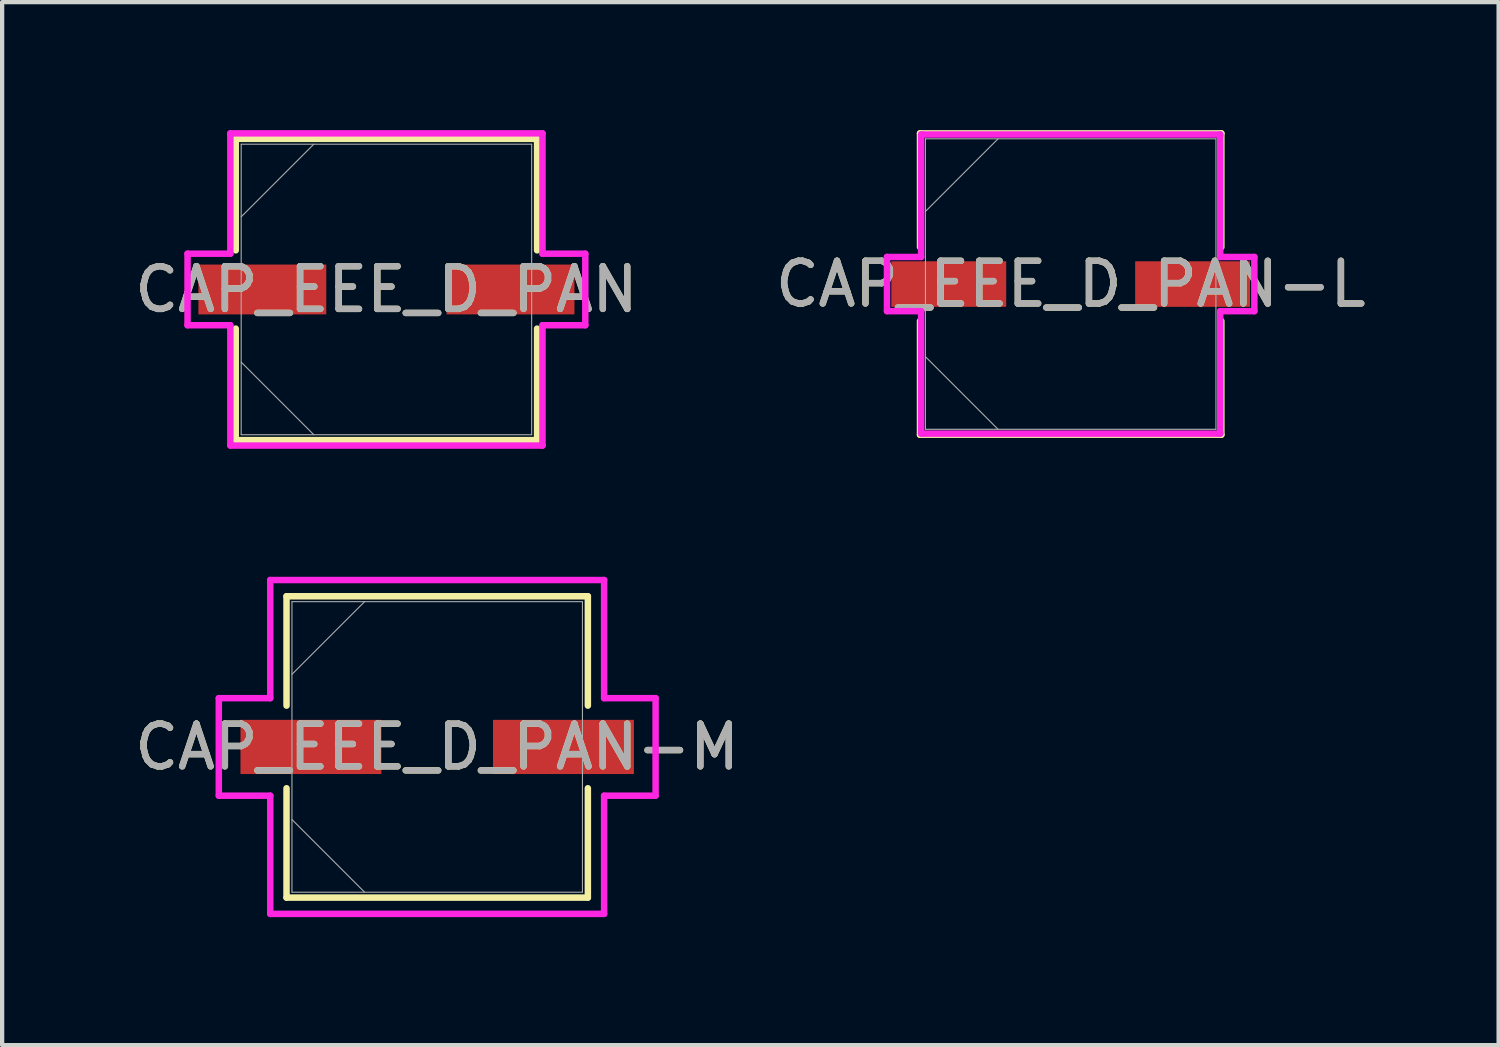
<source format=kicad_pcb>
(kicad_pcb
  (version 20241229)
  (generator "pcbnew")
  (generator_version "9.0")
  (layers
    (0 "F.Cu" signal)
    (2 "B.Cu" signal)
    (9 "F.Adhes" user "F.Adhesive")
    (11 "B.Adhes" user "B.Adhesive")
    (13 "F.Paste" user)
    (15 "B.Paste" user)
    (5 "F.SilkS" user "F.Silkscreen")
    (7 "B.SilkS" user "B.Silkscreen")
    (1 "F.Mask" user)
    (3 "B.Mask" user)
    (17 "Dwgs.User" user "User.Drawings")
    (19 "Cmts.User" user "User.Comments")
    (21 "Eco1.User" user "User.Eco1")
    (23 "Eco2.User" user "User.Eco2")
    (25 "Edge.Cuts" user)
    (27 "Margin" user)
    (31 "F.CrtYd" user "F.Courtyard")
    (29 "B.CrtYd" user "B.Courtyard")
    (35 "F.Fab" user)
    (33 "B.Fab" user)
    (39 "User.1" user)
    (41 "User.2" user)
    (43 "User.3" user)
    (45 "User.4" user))
  (footprint "CAP_EEE_D_PAN"
    (layer "F.Cu")
    (at 6.006 3.734)
    (property "Reference" "CAP_EEE_D_PAN" (at 0 0 0) (unlocked yes) (layer "F.SilkS") (effects (font (size 1 1) (thickness 0.15))))
    (attr smd)
    (fp_line (start -3.531 -3.531) (end -3.531 -0.917) (stroke (width 0.152) (type solid)) (layer "F.SilkS"))
    (fp_line (start -3.531 0.917) (end -3.531 3.531) (stroke (width 0.152) (type solid)) (layer "F.SilkS"))
    (fp_line (start -3.531 3.531) (end 3.531 3.531) (stroke (width 0.152) (type solid)) (layer "F.SilkS"))
    (fp_line (start 3.531 -3.531) (end -3.531 -3.531) (stroke (width 0.152) (type solid)) (layer "F.SilkS"))
    (fp_line (start 3.531 -0.917) (end 3.531 -3.531) (stroke (width 0.152) (type solid)) (layer "F.SilkS"))
    (fp_line (start 3.531 3.531) (end 3.531 0.917) (stroke (width 0.152) (type solid)) (layer "F.SilkS"))
    (fp_line (start -4.661 -0.838) (end -3.658 -0.838) (stroke (width 0.152) (type solid)) (layer "F.CrtYd"))
    (fp_line (start -4.661 0.838) (end -4.661 -0.838) (stroke (width 0.152) (type solid)) (layer "F.CrtYd"))
    (fp_line (start -3.658 -3.658) (end 3.658 -3.658) (stroke (width 0.152) (type solid)) (layer "F.CrtYd"))
    (fp_line (start -3.658 -0.838) (end -3.658 -3.658) (stroke (width 0.152) (type solid)) (layer "F.CrtYd"))
    (fp_line (start -3.658 0.838) (end -4.661 0.838) (stroke (width 0.152) (type solid)) (layer "F.CrtYd"))
    (fp_line (start -3.658 3.658) (end -3.658 0.838) (stroke (width 0.152) (type solid)) (layer "F.CrtYd"))
    (fp_line (start 3.658 -3.658) (end 3.658 -0.838) (stroke (width 0.152) (type solid)) (layer "F.CrtYd"))
    (fp_line (start 3.658 -0.838) (end 4.661 -0.838) (stroke (width 0.152) (type solid)) (layer "F.CrtYd"))
    (fp_line (start 3.658 0.838) (end 3.658 3.658) (stroke (width 0.152) (type solid)) (layer "F.CrtYd"))
    (fp_line (start 3.658 3.658) (end -3.658 3.658) (stroke (width 0.152) (type solid)) (layer "F.CrtYd"))
    (fp_line (start 4.661 -0.838) (end 4.661 0.838) (stroke (width 0.152) (type solid)) (layer "F.CrtYd"))
    (fp_line (start 4.661 0.838) (end 3.658 0.838) (stroke (width 0.152) (type solid)) (layer "F.CrtYd"))
    (fp_line (start -3.404 -3.404) (end -3.404 3.404) (stroke (width 0.025) (type solid)) (layer "F.Fab"))
    (fp_line (start -3.404 -1.702) (end -1.702 -3.404) (stroke (width 0.025) (type solid)) (layer "F.Fab"))
    (fp_line (start -3.404 1.702) (end -1.702 3.404) (stroke (width 0.025) (type solid)) (layer "F.Fab"))
    (fp_line (start -3.404 3.404) (end 3.404 3.404) (stroke (width 0.025) (type solid)) (layer "F.Fab"))
    (fp_line (start 3.404 -3.404) (end -3.404 -3.404) (stroke (width 0.025) (type solid)) (layer "F.Fab"))
    (fp_line (start 3.404 3.404) (end 3.404 -3.404) (stroke (width 0.025) (type solid)) (layer "F.Fab"))
    (fp_text user "${REFERENCE}" (at 0 0 0) (unlocked yes) (layer "F.Fab") (effects (font (size 1 1) (thickness 0.15))))
    (pad "1" smd rect (at -2.908 0) (size 2.997 1.168) (layers "F.Cu" "F.Mask" "F.Paste"))
    (pad "2" smd rect (at 2.908 0) (size 2.997 1.168) (layers "F.Cu" "F.Mask" "F.Paste"))
    (zone (net_name "") (layer "F.Cu") (hatch full 0.508) (connect_pads) (min_thickness 0.254) (filled_areas_thickness no) (keepout (tracks not_allowed) (vias not_allowed) (pads allowed) (copperpour not_allowed) (footprints allowed)) (placement (enabled no)) (fill) (polygon (pts (xy 2.653 0.381) (xy 9.359 0.381) (xy 9.359 3.099) (xy 2.653 3.099))))
    (zone (net_name "") (layer "F.Cu") (hatch full 0.508) (connect_pads) (min_thickness 0.254) (filled_areas_thickness no) (keepout (tracks not_allowed) (vias not_allowed) (pads allowed) (copperpour not_allowed) (footprints allowed)) (placement (enabled no)) (fill) (polygon (pts (xy 2.653 4.369) (xy 9.359 4.369) (xy 9.359 7.087) (xy 2.653 7.087))))
    (zone (net_name "") (layer "F.Cu") (hatch full 0.508) (connect_pads) (min_thickness 0.254) (filled_areas_thickness no) (keepout (tracks not_allowed) (vias not_allowed) (pads allowed) (copperpour not_allowed) (footprints allowed)) (placement (enabled no)) (fill) (polygon (pts (xy 4.647 3.099) (xy 7.365 3.099) (xy 7.365 4.369) (xy 4.647 4.369)))))
  (footprint "CAP_EEE_D_PAN-L"
    (layer "F.Cu")
    (at 22.042 3.607)
    (property "Reference" "CAP_EEE_D_PAN-L" (at 0 0 0) (unlocked yes) (layer "F.SilkS") (effects (font (size 1 1) (thickness 0.15))))
    (attr smd)
    (fp_line (start -3.531 -3.531) (end -3.531 -0.866) (stroke (width 0.152) (type solid)) (layer "F.SilkS"))
    (fp_line (start -3.531 0.866) (end -3.531 3.531) (stroke (width 0.152) (type solid)) (layer "F.SilkS"))
    (fp_line (start -3.531 3.531) (end 3.531 3.531) (stroke (width 0.152) (type solid)) (layer "F.SilkS"))
    (fp_line (start 3.531 -3.531) (end -3.531 -3.531) (stroke (width 0.152) (type solid)) (layer "F.SilkS"))
    (fp_line (start 3.531 -0.866) (end 3.531 -3.531) (stroke (width 0.152) (type solid)) (layer "F.SilkS"))
    (fp_line (start 3.531 3.531) (end 3.531 0.866) (stroke (width 0.152) (type solid)) (layer "F.SilkS"))
    (fp_line (start -4.305 -0.635) (end -3.505 -0.635) (stroke (width 0.152) (type solid)) (layer "F.CrtYd"))
    (fp_line (start -4.305 0.635) (end -4.305 -0.635) (stroke (width 0.152) (type solid)) (layer "F.CrtYd"))
    (fp_line (start -3.505 -3.505) (end 3.505 -3.505) (stroke (width 0.152) (type solid)) (layer "F.CrtYd"))
    (fp_line (start -3.505 -0.635) (end -3.505 -3.505) (stroke (width 0.152) (type solid)) (layer "F.CrtYd"))
    (fp_line (start -3.505 0.635) (end -4.305 0.635) (stroke (width 0.152) (type solid)) (layer "F.CrtYd"))
    (fp_line (start -3.505 3.505) (end -3.505 0.635) (stroke (width 0.152) (type solid)) (layer "F.CrtYd"))
    (fp_line (start 3.505 -3.505) (end 3.505 -0.635) (stroke (width 0.152) (type solid)) (layer "F.CrtYd"))
    (fp_line (start 3.505 -0.635) (end 4.305 -0.635) (stroke (width 0.152) (type solid)) (layer "F.CrtYd"))
    (fp_line (start 3.505 0.635) (end 3.505 3.505) (stroke (width 0.152) (type solid)) (layer "F.CrtYd"))
    (fp_line (start 3.505 3.505) (end -3.505 3.505) (stroke (width 0.152) (type solid)) (layer "F.CrtYd"))
    (fp_line (start 4.305 -0.635) (end 4.305 0.635) (stroke (width 0.152) (type solid)) (layer "F.CrtYd"))
    (fp_line (start 4.305 0.635) (end 3.505 0.635) (stroke (width 0.152) (type solid)) (layer "F.CrtYd"))
    (fp_line (start -3.404 -3.404) (end -3.404 3.404) (stroke (width 0.025) (type solid)) (layer "F.Fab"))
    (fp_line (start -3.404 -1.702) (end -1.702 -3.404) (stroke (width 0.025) (type solid)) (layer "F.Fab"))
    (fp_line (start -3.404 1.702) (end -1.702 3.404) (stroke (width 0.025) (type solid)) (layer "F.Fab"))
    (fp_line (start -3.404 3.404) (end 3.404 3.404) (stroke (width 0.025) (type solid)) (layer "F.Fab"))
    (fp_line (start 3.404 -3.404) (end -3.404 -3.404) (stroke (width 0.025) (type solid)) (layer "F.Fab"))
    (fp_line (start 3.404 3.404) (end 3.404 -3.404) (stroke (width 0.025) (type solid)) (layer "F.Fab"))
    (fp_text user "${REFERENCE}" (at 0 0 0) (unlocked yes) (layer "F.Fab") (effects (font (size 1 1) (thickness 0.15))))
    (pad "1" smd rect (at -2.857 0) (size 2.692 1.067) (layers "F.Cu" "F.Mask" "F.Paste"))
    (pad "2" smd rect (at 2.857 0) (size 2.692 1.067) (layers "F.Cu" "F.Mask" "F.Paste"))
    (zone (net_name "") (layer "F.Cu") (hatch full 0.508) (connect_pads) (min_thickness 0.254) (filled_areas_thickness no) (keepout (tracks not_allowed) (vias not_allowed) (pads allowed) (copperpour not_allowed) (footprints allowed)) (placement (enabled no)) (fill) (polygon (pts (xy 18.689 0.254) (xy 25.394 0.254) (xy 25.394 3.023) (xy 18.689 3.023))))
    (zone (net_name "") (layer "F.Cu") (hatch full 0.508) (connect_pads) (min_thickness 0.254) (filled_areas_thickness no) (keepout (tracks not_allowed) (vias not_allowed) (pads allowed) (copperpour not_allowed) (footprints allowed)) (placement (enabled no)) (fill) (polygon (pts (xy 18.689 4.191) (xy 25.394 4.191) (xy 25.394 6.96) (xy 18.689 6.96))))
    (zone (net_name "") (layer "F.Cu") (hatch full 0.508) (connect_pads) (min_thickness 0.254) (filled_areas_thickness no) (keepout (tracks not_allowed) (vias not_allowed) (pads allowed) (copperpour not_allowed) (footprints allowed)) (placement (enabled no)) (fill) (polygon (pts (xy 20.581 3.023) (xy 23.502 3.023) (xy 23.502 4.191) (xy 20.581 4.191)))))
  (footprint "CAP_EEE_D_PAN-M"
    (layer "F.Cu")
    (at 7.196 14.455)
    (property "Reference" "CAP_EEE_D_PAN-M" (at 0 0 0) (unlocked yes) (layer "F.SilkS") (effects (font (size 1 1) (thickness 0.15))))
    (attr smd)
    (fp_line (start -3.531 -3.531) (end -3.531 -0.968) (stroke (width 0.152) (type solid)) (layer "F.SilkS"))
    (fp_line (start -3.531 0.968) (end -3.531 3.531) (stroke (width 0.152) (type solid)) (layer "F.SilkS"))
    (fp_line (start -3.531 3.531) (end 3.531 3.531) (stroke (width 0.152) (type solid)) (layer "F.SilkS"))
    (fp_line (start 3.531 -3.531) (end -3.531 -3.531) (stroke (width 0.152) (type solid)) (layer "F.SilkS"))
    (fp_line (start 3.531 -0.968) (end 3.531 -3.531) (stroke (width 0.152) (type solid)) (layer "F.SilkS"))
    (fp_line (start 3.531 3.531) (end 3.531 0.968) (stroke (width 0.152) (type solid)) (layer "F.SilkS"))
    (fp_line (start -5.118 -1.143) (end -3.912 -1.143) (stroke (width 0.152) (type solid)) (layer "F.CrtYd"))
    (fp_line (start -5.118 1.143) (end -5.118 -1.143) (stroke (width 0.152) (type solid)) (layer "F.CrtYd"))
    (fp_line (start -3.912 -3.912) (end 3.912 -3.912) (stroke (width 0.152) (type solid)) (layer "F.CrtYd"))
    (fp_line (start -3.912 -1.143) (end -3.912 -3.912) (stroke (width 0.152) (type solid)) (layer "F.CrtYd"))
    (fp_line (start -3.912 1.143) (end -5.118 1.143) (stroke (width 0.152) (type solid)) (layer "F.CrtYd"))
    (fp_line (start -3.912 3.912) (end -3.912 1.143) (stroke (width 0.152) (type solid)) (layer "F.CrtYd"))
    (fp_line (start 3.912 -3.912) (end 3.912 -1.143) (stroke (width 0.152) (type solid)) (layer "F.CrtYd"))
    (fp_line (start 3.912 -1.143) (end 5.118 -1.143) (stroke (width 0.152) (type solid)) (layer "F.CrtYd"))
    (fp_line (start 3.912 1.143) (end 3.912 3.912) (stroke (width 0.152) (type solid)) (layer "F.CrtYd"))
    (fp_line (start 3.912 3.912) (end -3.912 3.912) (stroke (width 0.152) (type solid)) (layer "F.CrtYd"))
    (fp_line (start 5.118 -1.143) (end 5.118 1.143) (stroke (width 0.152) (type solid)) (layer "F.CrtYd"))
    (fp_line (start 5.118 1.143) (end 3.912 1.143) (stroke (width 0.152) (type solid)) (layer "F.CrtYd"))
    (fp_line (start -3.404 -3.404) (end -3.404 3.404) (stroke (width 0.025) (type solid)) (layer "F.Fab"))
    (fp_line (start -3.404 -1.702) (end -1.702 -3.404) (stroke (width 0.025) (type solid)) (layer "F.Fab"))
    (fp_line (start -3.404 1.702) (end -1.702 3.404) (stroke (width 0.025) (type solid)) (layer "F.Fab"))
    (fp_line (start -3.404 3.404) (end 3.404 3.404) (stroke (width 0.025) (type solid)) (layer "F.Fab"))
    (fp_line (start 3.404 -3.404) (end -3.404 -3.404) (stroke (width 0.025) (type solid)) (layer "F.Fab"))
    (fp_line (start 3.404 3.404) (end 3.404 -3.404) (stroke (width 0.025) (type solid)) (layer "F.Fab"))
    (fp_text user "${REFERENCE}" (at 0 0 0) (unlocked yes) (layer "F.Fab") (effects (font (size 1 1) (thickness 0.15))))
    (pad "1" smd rect (at -2.959 0) (size 3.302 1.27) (layers "F.Cu" "F.Mask" "F.Paste"))
    (pad "2" smd rect (at 2.959 0) (size 3.302 1.27) (layers "F.Cu" "F.Mask" "F.Paste"))
    (zone (net_name "") (layer "F.Cu") (hatch full 0.508) (connect_pads) (min_thickness 0.254) (filled_areas_thickness no) (keepout (tracks not_allowed) (vias not_allowed) (pads allowed) (copperpour not_allowed) (footprints allowed)) (placement (enabled no)) (fill) (polygon (pts (xy 3.844 11.103) (xy 10.549 11.103) (xy 10.549 13.77) (xy 3.844 13.77))))
    (zone (net_name "") (layer "F.Cu") (hatch full 0.508) (connect_pads) (min_thickness 0.254) (filled_areas_thickness no) (keepout (tracks not_allowed) (vias not_allowed) (pads allowed) (copperpour not_allowed) (footprints allowed)) (placement (enabled no)) (fill) (polygon (pts (xy 3.844 15.141) (xy 10.549 15.141) (xy 10.549 17.808) (xy 3.844 17.808))))
    (zone (net_name "") (layer "F.Cu") (hatch full 0.508) (connect_pads) (min_thickness 0.254) (filled_areas_thickness no) (keepout (tracks not_allowed) (vias not_allowed) (pads allowed) (copperpour not_allowed) (footprints allowed)) (placement (enabled no)) (fill) (polygon (pts (xy 5.939 13.77) (xy 8.454 13.77) (xy 8.454 15.141) (xy 5.939 15.141)))))
  (gr_rect
    (start -3 -3)
    (end 32.071 21.443)
    (stroke (width 0.1) (type default))
    (fill no)
    (layer "Edge.Cuts")))
</source>
